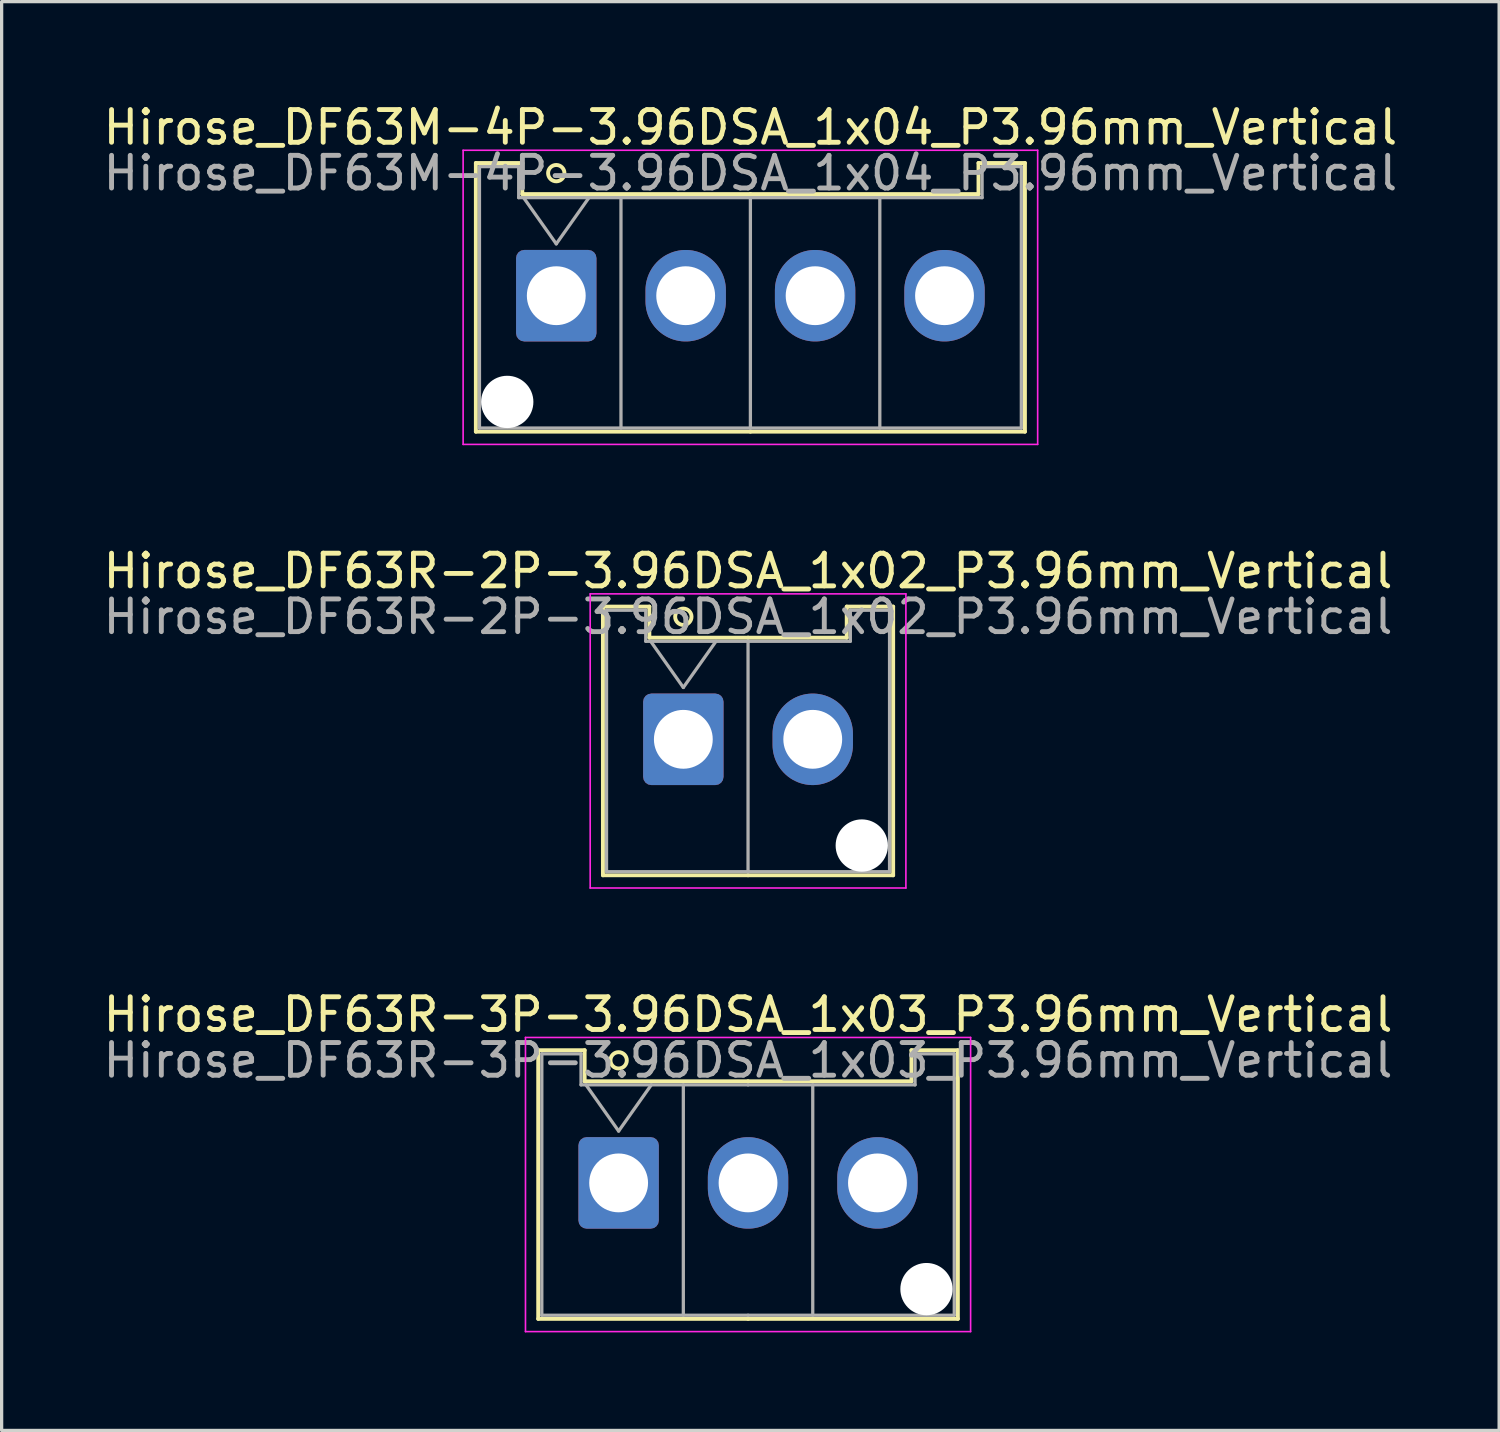
<source format=kicad_pcb>
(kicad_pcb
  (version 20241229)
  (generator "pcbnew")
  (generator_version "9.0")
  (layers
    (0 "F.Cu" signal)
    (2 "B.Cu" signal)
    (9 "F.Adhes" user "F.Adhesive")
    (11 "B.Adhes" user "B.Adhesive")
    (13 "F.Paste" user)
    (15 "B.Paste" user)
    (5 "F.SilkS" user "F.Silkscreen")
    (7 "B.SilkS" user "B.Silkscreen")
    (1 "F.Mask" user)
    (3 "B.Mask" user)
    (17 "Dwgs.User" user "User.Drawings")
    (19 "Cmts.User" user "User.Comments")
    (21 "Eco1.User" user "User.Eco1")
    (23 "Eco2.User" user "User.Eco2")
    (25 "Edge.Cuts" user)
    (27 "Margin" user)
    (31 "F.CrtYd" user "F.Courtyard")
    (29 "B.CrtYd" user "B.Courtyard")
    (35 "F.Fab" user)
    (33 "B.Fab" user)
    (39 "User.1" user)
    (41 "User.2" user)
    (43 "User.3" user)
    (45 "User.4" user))
  (footprint "Hirose_DF63M-4P-3.96DSA_1x04_P3.96mm_Vertical"
    (layer "F.Cu")
    (at 13.971 5.998)
    (property "Reference" "Hirose_DF63M-4P-3.96DSA_1x04_P3.96mm_Vertical" (at 5.94 -5.15 0) (layer "F.SilkS") (effects (font (size 1 1) (thickness 0.15))))
    (attr through_hole)
    (fp_line (start -2.46 -4.06) (end -1.04 -4.06) (stroke (width 0.12) (type solid)) (layer "F.SilkS"))
    (fp_line (start -2.46 4.16) (end -2.46 -4.06) (stroke (width 0.12) (type solid)) (layer "F.SilkS"))
    (fp_line (start -1.04 -4.06) (end -1.04 -3.11) (stroke (width 0.12) (type solid)) (layer "F.SilkS"))
    (fp_line (start -1.04 -3.11) (end 5.94 -3.11) (stroke (width 0.12) (type solid)) (layer "F.SilkS"))
    (fp_line (start 5.94 4.16) (end -2.46 4.16) (stroke (width 0.12) (type solid)) (layer "F.SilkS"))
    (fp_line (start 5.94 4.16) (end 14.34 4.16) (stroke (width 0.12) (type solid)) (layer "F.SilkS"))
    (fp_line (start 12.92 -4.06) (end 12.92 -3.11) (stroke (width 0.12) (type solid)) (layer "F.SilkS"))
    (fp_line (start 12.92 -3.11) (end 5.94 -3.11) (stroke (width 0.12) (type solid)) (layer "F.SilkS"))
    (fp_line (start 14.34 -4.06) (end 12.92 -4.06) (stroke (width 0.12) (type solid)) (layer "F.SilkS"))
    (fp_line (start 14.34 4.16) (end 14.34 -4.06) (stroke (width 0.12) (type solid)) (layer "F.SilkS"))
    (fp_circle (center 0 -3.75) (end 0.25 -3.75) (stroke (width 0.12) (type solid)) (fill no) (layer "F.SilkS"))
    (fp_line (start -2.85 -4.45) (end -2.85 4.55) (stroke (width 0.05) (type solid)) (layer "F.CrtYd"))
    (fp_line (start -2.85 4.55) (end 14.73 4.55) (stroke (width 0.05) (type solid)) (layer "F.CrtYd"))
    (fp_line (start 14.73 -4.45) (end -2.85 -4.45) (stroke (width 0.05) (type solid)) (layer "F.CrtYd"))
    (fp_line (start 14.73 4.55) (end 14.73 -4.45) (stroke (width 0.05) (type solid)) (layer "F.CrtYd"))
    (fp_line (start -2.35 -3.95) (end -1.15 -3.95) (stroke (width 0.1) (type solid)) (layer "F.Fab"))
    (fp_line (start -2.35 4.05) (end -2.35 -3.95) (stroke (width 0.1) (type solid)) (layer "F.Fab"))
    (fp_line (start -1.15 -3.95) (end -1.15 -3) (stroke (width 0.1) (type solid)) (layer "F.Fab"))
    (fp_line (start -1.15 -3) (end 5.94 -3) (stroke (width 0.1) (type solid)) (layer "F.Fab"))
    (fp_line (start -1 -3) (end 0 -1.586) (stroke (width 0.1) (type solid)) (layer "F.Fab"))
    (fp_line (start 0 -1.586) (end 1 -3) (stroke (width 0.1) (type solid)) (layer "F.Fab"))
    (fp_line (start 1.98 -3) (end 1.98 4.05) (stroke (width 0.1) (type solid)) (layer "F.Fab"))
    (fp_line (start 5.94 -3) (end 5.94 4.05) (stroke (width 0.1) (type solid)) (layer "F.Fab"))
    (fp_line (start 5.94 4.05) (end -2.35 4.05) (stroke (width 0.1) (type solid)) (layer "F.Fab"))
    (fp_line (start 5.94 4.05) (end 14.23 4.05) (stroke (width 0.1) (type solid)) (layer "F.Fab"))
    (fp_line (start 9.9 -3) (end 9.9 4.05) (stroke (width 0.1) (type solid)) (layer "F.Fab"))
    (fp_line (start 13.03 -3.95) (end 13.03 -3) (stroke (width 0.1) (type solid)) (layer "F.Fab"))
    (fp_line (start 13.03 -3) (end 5.94 -3) (stroke (width 0.1) (type solid)) (layer "F.Fab"))
    (fp_line (start 14.23 -3.95) (end 13.03 -3.95) (stroke (width 0.1) (type solid)) (layer "F.Fab"))
    (fp_line (start 14.23 4.05) (end 14.23 -3.95) (stroke (width 0.1) (type solid)) (layer "F.Fab"))
    (fp_text user "${REFERENCE}" (at 5.94 -3.75 0) (layer "F.Fab") (effects (font (size 1 1) (thickness 0.15))))
    (pad "" np_thru_hole circle (at -1.5 3.25) (size 1.6 1.6) (drill 1.6) (layers "*.Cu" "*.Mask"))
    (pad "1" thru_hole roundrect (at 0 0) (size 2.46 2.8) (drill 1.8) (layers "*.Cu" "*.Mask") (roundrect_rratio 0.102))
    (pad "2" thru_hole oval (at 3.96 0) (size 2.46 2.8) (drill 1.8) (layers "*.Cu" "*.Mask"))
    (pad "3" thru_hole oval (at 7.92 0) (size 2.46 2.8) (drill 1.8) (layers "*.Cu" "*.Mask"))
    (pad "4" thru_hole oval (at 11.88 0) (size 2.46 2.8) (drill 1.8) (layers "*.Cu" "*.Mask")))
  (footprint "Hirose_DF63R-3P-3.96DSA_1x03_P3.96mm_Vertical"
    (layer "F.Cu")
    (at 15.879 33.145)
    (property "Reference" "Hirose_DF63R-3P-3.96DSA_1x03_P3.96mm_Vertical" (at 3.96 -5.15 0) (layer "F.SilkS") (effects (font (size 1 1) (thickness 0.15))))
    (attr through_hole)
    (fp_line (start -2.46 -4.06) (end -1.04 -4.06) (stroke (width 0.12) (type solid)) (layer "F.SilkS"))
    (fp_line (start -2.46 4.16) (end -2.46 -4.06) (stroke (width 0.12) (type solid)) (layer "F.SilkS"))
    (fp_line (start -1.04 -4.06) (end -1.04 -3.11) (stroke (width 0.12) (type solid)) (layer "F.SilkS"))
    (fp_line (start -1.04 -3.11) (end 3.96 -3.11) (stroke (width 0.12) (type solid)) (layer "F.SilkS"))
    (fp_line (start 3.96 4.16) (end -2.46 4.16) (stroke (width 0.12) (type solid)) (layer "F.SilkS"))
    (fp_line (start 3.96 4.16) (end 10.38 4.16) (stroke (width 0.12) (type solid)) (layer "F.SilkS"))
    (fp_line (start 8.96 -4.06) (end 8.96 -3.11) (stroke (width 0.12) (type solid)) (layer "F.SilkS"))
    (fp_line (start 8.96 -3.11) (end 3.96 -3.11) (stroke (width 0.12) (type solid)) (layer "F.SilkS"))
    (fp_line (start 10.38 -4.06) (end 8.96 -4.06) (stroke (width 0.12) (type solid)) (layer "F.SilkS"))
    (fp_line (start 10.38 4.16) (end 10.38 -4.06) (stroke (width 0.12) (type solid)) (layer "F.SilkS"))
    (fp_circle (center 0 -3.75) (end 0.25 -3.75) (stroke (width 0.12) (type solid)) (fill no) (layer "F.SilkS"))
    (fp_line (start -2.85 -4.45) (end -2.85 4.55) (stroke (width 0.05) (type solid)) (layer "F.CrtYd"))
    (fp_line (start -2.85 4.55) (end 10.77 4.55) (stroke (width 0.05) (type solid)) (layer "F.CrtYd"))
    (fp_line (start 10.77 -4.45) (end -2.85 -4.45) (stroke (width 0.05) (type solid)) (layer "F.CrtYd"))
    (fp_line (start 10.77 4.55) (end 10.77 -4.45) (stroke (width 0.05) (type solid)) (layer "F.CrtYd"))
    (fp_line (start -2.35 -3.95) (end -1.15 -3.95) (stroke (width 0.1) (type solid)) (layer "F.Fab"))
    (fp_line (start -2.35 4.05) (end -2.35 -3.95) (stroke (width 0.1) (type solid)) (layer "F.Fab"))
    (fp_line (start -1.15 -3.95) (end -1.15 -3) (stroke (width 0.1) (type solid)) (layer "F.Fab"))
    (fp_line (start -1.15 -3) (end 3.96 -3) (stroke (width 0.1) (type solid)) (layer "F.Fab"))
    (fp_line (start -1 -3) (end 0 -1.586) (stroke (width 0.1) (type solid)) (layer "F.Fab"))
    (fp_line (start 0 -1.586) (end 1 -3) (stroke (width 0.1) (type solid)) (layer "F.Fab"))
    (fp_line (start 1.98 -3) (end 1.98 4.05) (stroke (width 0.1) (type solid)) (layer "F.Fab"))
    (fp_line (start 3.96 4.05) (end -2.35 4.05) (stroke (width 0.1) (type solid)) (layer "F.Fab"))
    (fp_line (start 3.96 4.05) (end 10.27 4.05) (stroke (width 0.1) (type solid)) (layer "F.Fab"))
    (fp_line (start 5.94 -3) (end 5.94 4.05) (stroke (width 0.1) (type solid)) (layer "F.Fab"))
    (fp_line (start 9.07 -3.95) (end 9.07 -3) (stroke (width 0.1) (type solid)) (layer "F.Fab"))
    (fp_line (start 9.07 -3) (end 3.96 -3) (stroke (width 0.1) (type solid)) (layer "F.Fab"))
    (fp_line (start 10.27 -3.95) (end 9.07 -3.95) (stroke (width 0.1) (type solid)) (layer "F.Fab"))
    (fp_line (start 10.27 4.05) (end 10.27 -3.95) (stroke (width 0.1) (type solid)) (layer "F.Fab"))
    (fp_text user "${REFERENCE}" (at 3.96 -3.75 0) (layer "F.Fab") (effects (font (size 1 1) (thickness 0.15))))
    (pad "" np_thru_hole circle (at 9.42 3.25) (size 1.6 1.6) (drill 1.6) (layers "*.Cu" "*.Mask"))
    (pad "1" thru_hole roundrect (at 0 0) (size 2.46 2.8) (drill 1.8) (layers "*.Cu" "*.Mask") (roundrect_rratio 0.102))
    (pad "2" thru_hole oval (at 3.96 0) (size 2.46 2.8) (drill 1.8) (layers "*.Cu" "*.Mask"))
    (pad "3" thru_hole oval (at 7.92 0) (size 2.46 2.8) (drill 1.8) (layers "*.Cu" "*.Mask")))
  (footprint "Hirose_DF63R-2P-3.96DSA_1x02_P3.96mm_Vertical"
    (layer "F.Cu")
    (at 17.859 19.572)
    (property "Reference" "Hirose_DF63R-2P-3.96DSA_1x02_P3.96mm_Vertical" (at 1.98 -5.15 0) (layer "F.SilkS") (effects (font (size 1 1) (thickness 0.15))))
    (attr through_hole)
    (fp_line (start -2.46 -4.06) (end -1.04 -4.06) (stroke (width 0.12) (type solid)) (layer "F.SilkS"))
    (fp_line (start -2.46 4.16) (end -2.46 -4.06) (stroke (width 0.12) (type solid)) (layer "F.SilkS"))
    (fp_line (start -1.04 -4.06) (end -1.04 -3.11) (stroke (width 0.12) (type solid)) (layer "F.SilkS"))
    (fp_line (start -1.04 -3.11) (end 1.98 -3.11) (stroke (width 0.12) (type solid)) (layer "F.SilkS"))
    (fp_line (start 1.98 4.16) (end -2.46 4.16) (stroke (width 0.12) (type solid)) (layer "F.SilkS"))
    (fp_line (start 1.98 4.16) (end 6.42 4.16) (stroke (width 0.12) (type solid)) (layer "F.SilkS"))
    (fp_line (start 5 -4.06) (end 5 -3.11) (stroke (width 0.12) (type solid)) (layer "F.SilkS"))
    (fp_line (start 5 -3.11) (end 1.98 -3.11) (stroke (width 0.12) (type solid)) (layer "F.SilkS"))
    (fp_line (start 6.42 -4.06) (end 5 -4.06) (stroke (width 0.12) (type solid)) (layer "F.SilkS"))
    (fp_line (start 6.42 4.16) (end 6.42 -4.06) (stroke (width 0.12) (type solid)) (layer "F.SilkS"))
    (fp_circle (center 0 -3.75) (end 0.25 -3.75) (stroke (width 0.12) (type solid)) (fill no) (layer "F.SilkS"))
    (fp_line (start -2.85 -4.45) (end -2.85 4.55) (stroke (width 0.05) (type solid)) (layer "F.CrtYd"))
    (fp_line (start -2.85 4.55) (end 6.81 4.55) (stroke (width 0.05) (type solid)) (layer "F.CrtYd"))
    (fp_line (start 6.81 -4.45) (end -2.85 -4.45) (stroke (width 0.05) (type solid)) (layer "F.CrtYd"))
    (fp_line (start 6.81 4.55) (end 6.81 -4.45) (stroke (width 0.05) (type solid)) (layer "F.CrtYd"))
    (fp_line (start -2.35 -3.95) (end -1.15 -3.95) (stroke (width 0.1) (type solid)) (layer "F.Fab"))
    (fp_line (start -2.35 4.05) (end -2.35 -3.95) (stroke (width 0.1) (type solid)) (layer "F.Fab"))
    (fp_line (start -1.15 -3.95) (end -1.15 -3) (stroke (width 0.1) (type solid)) (layer "F.Fab"))
    (fp_line (start -1.15 -3) (end 1.98 -3) (stroke (width 0.1) (type solid)) (layer "F.Fab"))
    (fp_line (start -1 -3) (end 0 -1.586) (stroke (width 0.1) (type solid)) (layer "F.Fab"))
    (fp_line (start 0 -1.586) (end 1 -3) (stroke (width 0.1) (type solid)) (layer "F.Fab"))
    (fp_line (start 1.98 -3) (end 1.98 4.05) (stroke (width 0.1) (type solid)) (layer "F.Fab"))
    (fp_line (start 1.98 4.05) (end -2.35 4.05) (stroke (width 0.1) (type solid)) (layer "F.Fab"))
    (fp_line (start 1.98 4.05) (end 6.31 4.05) (stroke (width 0.1) (type solid)) (layer "F.Fab"))
    (fp_line (start 5.11 -3.95) (end 5.11 -3) (stroke (width 0.1) (type solid)) (layer "F.Fab"))
    (fp_line (start 5.11 -3) (end 1.98 -3) (stroke (width 0.1) (type solid)) (layer "F.Fab"))
    (fp_line (start 6.31 -3.95) (end 5.11 -3.95) (stroke (width 0.1) (type solid)) (layer "F.Fab"))
    (fp_line (start 6.31 4.05) (end 6.31 -3.95) (stroke (width 0.1) (type solid)) (layer "F.Fab"))
    (fp_text user "${REFERENCE}" (at 1.98 -3.75 0) (layer "F.Fab") (effects (font (size 1 1) (thickness 0.15))))
    (pad "" np_thru_hole circle (at 5.46 3.25) (size 1.6 1.6) (drill 1.6) (layers "*.Cu" "*.Mask"))
    (pad "1" thru_hole roundrect (at 0 0) (size 2.46 2.8) (drill 1.8) (layers "*.Cu" "*.Mask") (roundrect_rratio 0.102))
    (pad "2" thru_hole oval (at 3.96 0) (size 2.46 2.8) (drill 1.8) (layers "*.Cu" "*.Mask")))
  (gr_rect
    (start -3 -3)
    (end 42.821 40.72)
    (stroke (width 0.1) (type default))
    (fill no)
    (layer "Edge.Cuts")))
</source>
